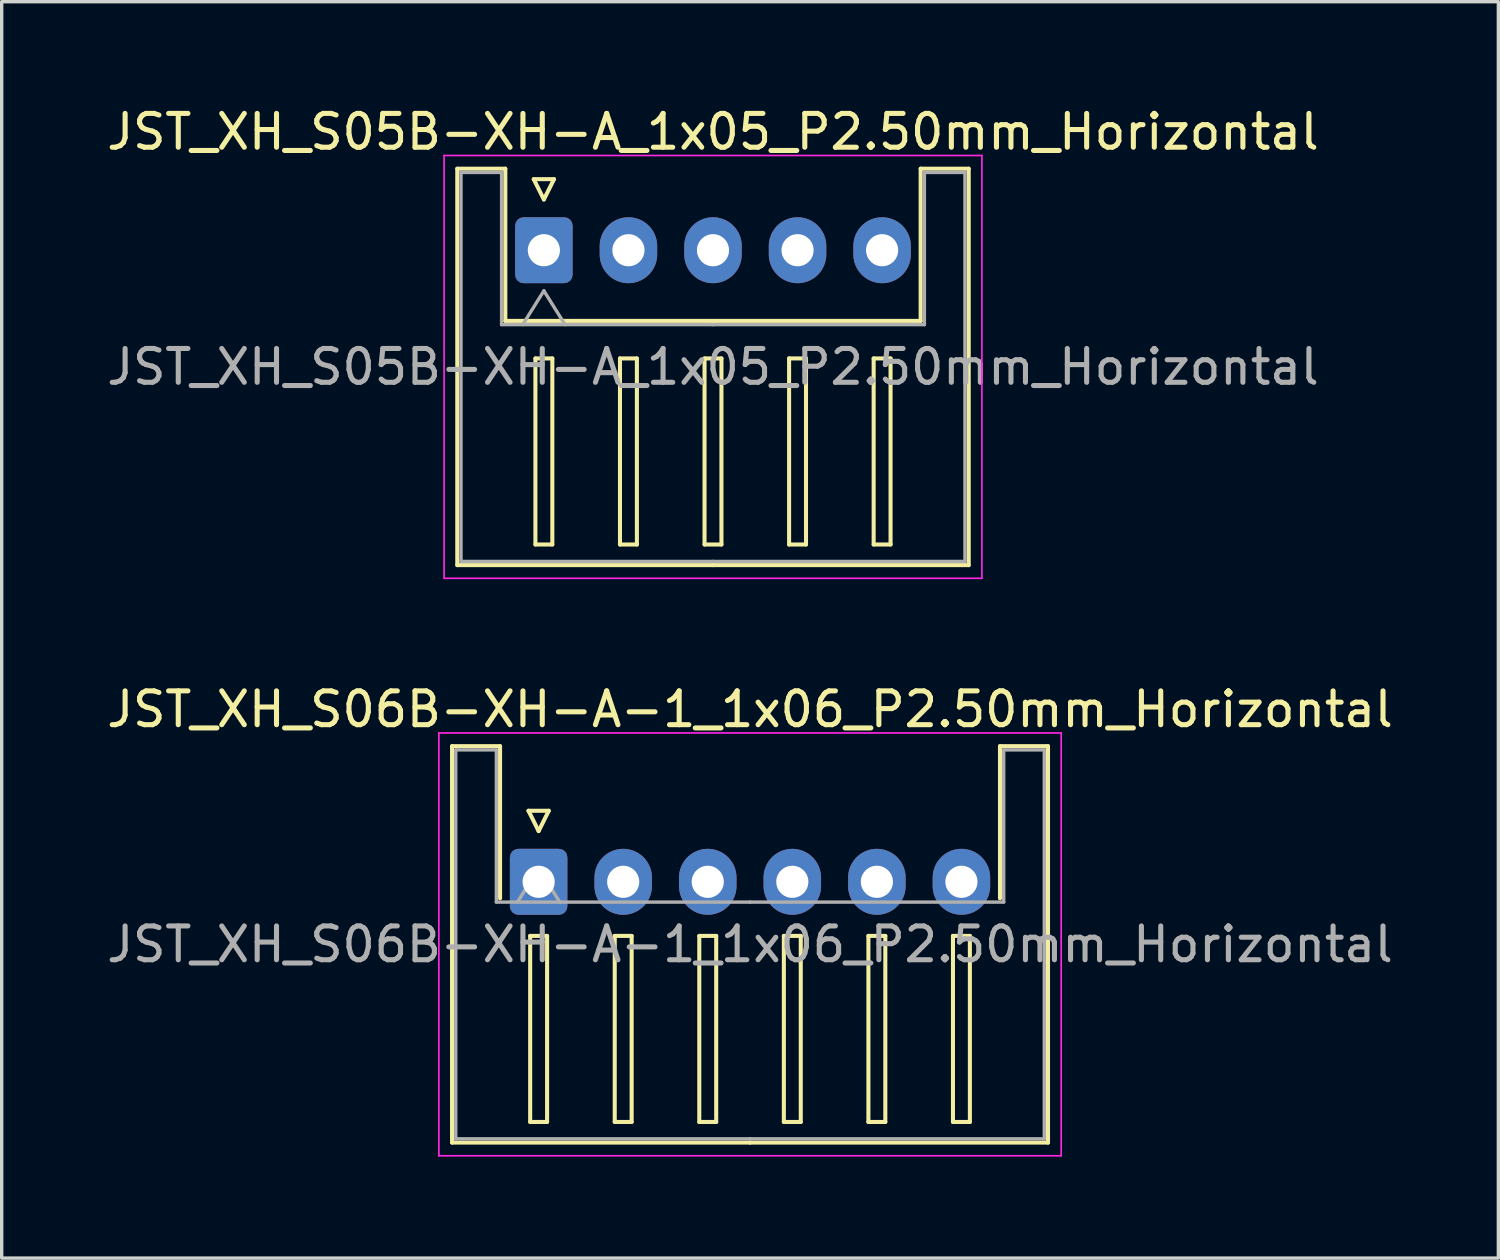
<source format=kicad_pcb>
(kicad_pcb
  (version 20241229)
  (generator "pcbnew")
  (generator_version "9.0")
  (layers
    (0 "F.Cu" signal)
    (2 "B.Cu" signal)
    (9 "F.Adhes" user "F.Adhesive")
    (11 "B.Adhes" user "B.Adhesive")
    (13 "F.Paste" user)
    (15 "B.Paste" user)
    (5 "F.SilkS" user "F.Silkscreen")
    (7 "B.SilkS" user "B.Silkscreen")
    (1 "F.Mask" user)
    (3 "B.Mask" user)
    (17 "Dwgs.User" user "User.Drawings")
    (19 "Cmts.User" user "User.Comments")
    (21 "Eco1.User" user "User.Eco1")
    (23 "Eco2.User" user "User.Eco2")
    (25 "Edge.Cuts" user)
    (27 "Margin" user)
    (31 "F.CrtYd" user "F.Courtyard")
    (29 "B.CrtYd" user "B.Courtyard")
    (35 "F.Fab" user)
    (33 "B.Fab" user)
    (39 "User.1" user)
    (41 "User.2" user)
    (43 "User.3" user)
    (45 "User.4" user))
  (footprint "JST_XH_S05B-XH-A_1x05_P2.50mm_Horizontal"
    (layer "F.Cu")
    (at 13.03 4.348)
    (property "Reference" "JST_XH_S05B-XH-A_1x05_P2.50mm_Horizontal" (at 5 -3.5 0) (layer "F.SilkS") (effects (font (size 1 1) (thickness 0.15))))
    (attr through_hole)
    (fp_line (start -2.56 -2.41) (end -1.14 -2.41) (stroke (width 0.12) (type solid)) (layer "F.SilkS"))
    (fp_line (start -2.56 9.31) (end -2.56 -2.41) (stroke (width 0.12) (type solid)) (layer "F.SilkS"))
    (fp_line (start -1.14 -2.41) (end -1.14 2.09) (stroke (width 0.12) (type solid)) (layer "F.SilkS"))
    (fp_line (start -1.14 2.09) (end 5 2.09) (stroke (width 0.12) (type solid)) (layer "F.SilkS"))
    (fp_line (start -0.3 -2.1) (end 0.3 -2.1) (stroke (width 0.12) (type solid)) (layer "F.SilkS"))
    (fp_line (start -0.25 3.2) (end -0.25 8.7) (stroke (width 0.12) (type solid)) (layer "F.SilkS"))
    (fp_line (start -0.25 8.7) (end 0.25 8.7) (stroke (width 0.12) (type solid)) (layer "F.SilkS"))
    (fp_line (start 0 -1.5) (end -0.3 -2.1) (stroke (width 0.12) (type solid)) (layer "F.SilkS"))
    (fp_line (start 0.25 3.2) (end -0.25 3.2) (stroke (width 0.12) (type solid)) (layer "F.SilkS"))
    (fp_line (start 0.25 8.7) (end 0.25 3.2) (stroke (width 0.12) (type solid)) (layer "F.SilkS"))
    (fp_line (start 0.3 -2.1) (end 0 -1.5) (stroke (width 0.12) (type solid)) (layer "F.SilkS"))
    (fp_line (start 2.25 3.2) (end 2.25 8.7) (stroke (width 0.12) (type solid)) (layer "F.SilkS"))
    (fp_line (start 2.25 8.7) (end 2.75 8.7) (stroke (width 0.12) (type solid)) (layer "F.SilkS"))
    (fp_line (start 2.75 3.2) (end 2.25 3.2) (stroke (width 0.12) (type solid)) (layer "F.SilkS"))
    (fp_line (start 2.75 8.7) (end 2.75 3.2) (stroke (width 0.12) (type solid)) (layer "F.SilkS"))
    (fp_line (start 4.75 3.2) (end 4.75 8.7) (stroke (width 0.12) (type solid)) (layer "F.SilkS"))
    (fp_line (start 4.75 8.7) (end 5.25 8.7) (stroke (width 0.12) (type solid)) (layer "F.SilkS"))
    (fp_line (start 5 9.31) (end -2.56 9.31) (stroke (width 0.12) (type solid)) (layer "F.SilkS"))
    (fp_line (start 5 9.31) (end 12.56 9.31) (stroke (width 0.12) (type solid)) (layer "F.SilkS"))
    (fp_line (start 5.25 3.2) (end 4.75 3.2) (stroke (width 0.12) (type solid)) (layer "F.SilkS"))
    (fp_line (start 5.25 8.7) (end 5.25 3.2) (stroke (width 0.12) (type solid)) (layer "F.SilkS"))
    (fp_line (start 7.25 3.2) (end 7.25 8.7) (stroke (width 0.12) (type solid)) (layer "F.SilkS"))
    (fp_line (start 7.25 8.7) (end 7.75 8.7) (stroke (width 0.12) (type solid)) (layer "F.SilkS"))
    (fp_line (start 7.75 3.2) (end 7.25 3.2) (stroke (width 0.12) (type solid)) (layer "F.SilkS"))
    (fp_line (start 7.75 8.7) (end 7.75 3.2) (stroke (width 0.12) (type solid)) (layer "F.SilkS"))
    (fp_line (start 9.75 3.2) (end 9.75 8.7) (stroke (width 0.12) (type solid)) (layer "F.SilkS"))
    (fp_line (start 9.75 8.7) (end 10.25 8.7) (stroke (width 0.12) (type solid)) (layer "F.SilkS"))
    (fp_line (start 10.25 3.2) (end 9.75 3.2) (stroke (width 0.12) (type solid)) (layer "F.SilkS"))
    (fp_line (start 10.25 8.7) (end 10.25 3.2) (stroke (width 0.12) (type solid)) (layer "F.SilkS"))
    (fp_line (start 11.14 -2.41) (end 11.14 2.09) (stroke (width 0.12) (type solid)) (layer "F.SilkS"))
    (fp_line (start 11.14 2.09) (end 5 2.09) (stroke (width 0.12) (type solid)) (layer "F.SilkS"))
    (fp_line (start 12.56 -2.41) (end 11.14 -2.41) (stroke (width 0.12) (type solid)) (layer "F.SilkS"))
    (fp_line (start 12.56 9.31) (end 12.56 -2.41) (stroke (width 0.12) (type solid)) (layer "F.SilkS"))
    (fp_line (start -2.95 -2.8) (end -2.95 9.7) (stroke (width 0.05) (type solid)) (layer "F.CrtYd"))
    (fp_line (start -2.95 9.7) (end 12.95 9.7) (stroke (width 0.05) (type solid)) (layer "F.CrtYd"))
    (fp_line (start 12.95 -2.8) (end -2.95 -2.8) (stroke (width 0.05) (type solid)) (layer "F.CrtYd"))
    (fp_line (start 12.95 9.7) (end 12.95 -2.8) (stroke (width 0.05) (type solid)) (layer "F.CrtYd"))
    (fp_line (start -2.45 -2.3) (end -1.25 -2.3) (stroke (width 0.1) (type solid)) (layer "F.Fab"))
    (fp_line (start -2.45 9.2) (end -2.45 -2.3) (stroke (width 0.1) (type solid)) (layer "F.Fab"))
    (fp_line (start -1.25 -2.3) (end -1.25 2.2) (stroke (width 0.1) (type solid)) (layer "F.Fab"))
    (fp_line (start -1.25 2.2) (end 5 2.2) (stroke (width 0.1) (type solid)) (layer "F.Fab"))
    (fp_line (start -0.625 2.2) (end 0 1.2) (stroke (width 0.1) (type solid)) (layer "F.Fab"))
    (fp_line (start 0 1.2) (end 0.625 2.2) (stroke (width 0.1) (type solid)) (layer "F.Fab"))
    (fp_line (start 5 9.2) (end -2.45 9.2) (stroke (width 0.1) (type solid)) (layer "F.Fab"))
    (fp_line (start 5 9.2) (end 12.45 9.2) (stroke (width 0.1) (type solid)) (layer "F.Fab"))
    (fp_line (start 11.25 -2.3) (end 11.25 2.2) (stroke (width 0.1) (type solid)) (layer "F.Fab"))
    (fp_line (start 11.25 2.2) (end 5 2.2) (stroke (width 0.1) (type solid)) (layer "F.Fab"))
    (fp_line (start 12.45 -2.3) (end 11.25 -2.3) (stroke (width 0.1) (type solid)) (layer "F.Fab"))
    (fp_line (start 12.45 9.2) (end 12.45 -2.3) (stroke (width 0.1) (type solid)) (layer "F.Fab"))
    (fp_text user "${REFERENCE}" (at 5 3.45 0) (layer "F.Fab") (effects (font (size 1 1) (thickness 0.15))))
    (pad "1" thru_hole roundrect (at 0 0) (size 1.7 1.95) (drill 0.95) (layers "*.Cu" "*.Mask") (roundrect_rratio 0.147))
    (pad "2" thru_hole oval (at 2.5 0) (size 1.7 1.95) (drill 0.95) (layers "*.Cu" "*.Mask"))
    (pad "3" thru_hole oval (at 5 0) (size 1.7 1.95) (drill 0.95) (layers "*.Cu" "*.Mask"))
    (pad "4" thru_hole oval (at 7.5 0) (size 1.7 1.95) (drill 0.95) (layers "*.Cu" "*.Mask"))
    (pad "5" thru_hole oval (at 10 0) (size 1.7 1.95) (drill 0.95) (layers "*.Cu" "*.Mask")))
  (footprint "JST_XH_S06B-XH-A-1_1x06_P2.50mm_Horizontal"
    (layer "F.Cu")
    (at 12.875 23.021)
    (property "Reference" "JST_XH_S06B-XH-A-1_1x06_P2.50mm_Horizontal" (at 6.25 -5.1 0) (layer "F.SilkS") (effects (font (size 1 1) (thickness 0.15))))
    (attr through_hole)
    (fp_line (start -2.56 -4.01) (end -1.14 -4.01) (stroke (width 0.12) (type solid)) (layer "F.SilkS"))
    (fp_line (start -2.56 7.71) (end -2.56 -4.01) (stroke (width 0.12) (type solid)) (layer "F.SilkS"))
    (fp_line (start -1.14 -4.01) (end -1.14 0.49) (stroke (width 0.12) (type solid)) (layer "F.SilkS"))
    (fp_line (start -0.3 -2.1) (end 0.3 -2.1) (stroke (width 0.12) (type solid)) (layer "F.SilkS"))
    (fp_line (start -0.25 1.6) (end -0.25 7.1) (stroke (width 0.12) (type solid)) (layer "F.SilkS"))
    (fp_line (start -0.25 7.1) (end 0.25 7.1) (stroke (width 0.12) (type solid)) (layer "F.SilkS"))
    (fp_line (start 0 -1.5) (end -0.3 -2.1) (stroke (width 0.12) (type solid)) (layer "F.SilkS"))
    (fp_line (start 0.25 1.6) (end -0.25 1.6) (stroke (width 0.12) (type solid)) (layer "F.SilkS"))
    (fp_line (start 0.25 7.1) (end 0.25 1.6) (stroke (width 0.12) (type solid)) (layer "F.SilkS"))
    (fp_line (start 0.3 -2.1) (end 0 -1.5) (stroke (width 0.12) (type solid)) (layer "F.SilkS"))
    (fp_line (start 2.25 1.6) (end 2.25 7.1) (stroke (width 0.12) (type solid)) (layer "F.SilkS"))
    (fp_line (start 2.25 7.1) (end 2.75 7.1) (stroke (width 0.12) (type solid)) (layer "F.SilkS"))
    (fp_line (start 2.75 1.6) (end 2.25 1.6) (stroke (width 0.12) (type solid)) (layer "F.SilkS"))
    (fp_line (start 2.75 7.1) (end 2.75 1.6) (stroke (width 0.12) (type solid)) (layer "F.SilkS"))
    (fp_line (start 4.75 1.6) (end 4.75 7.1) (stroke (width 0.12) (type solid)) (layer "F.SilkS"))
    (fp_line (start 4.75 7.1) (end 5.25 7.1) (stroke (width 0.12) (type solid)) (layer "F.SilkS"))
    (fp_line (start 5.25 1.6) (end 4.75 1.6) (stroke (width 0.12) (type solid)) (layer "F.SilkS"))
    (fp_line (start 5.25 7.1) (end 5.25 1.6) (stroke (width 0.12) (type solid)) (layer "F.SilkS"))
    (fp_line (start 6.25 7.71) (end -2.56 7.71) (stroke (width 0.12) (type solid)) (layer "F.SilkS"))
    (fp_line (start 6.25 7.71) (end 15.06 7.71) (stroke (width 0.12) (type solid)) (layer "F.SilkS"))
    (fp_line (start 7.25 1.6) (end 7.25 7.1) (stroke (width 0.12) (type solid)) (layer "F.SilkS"))
    (fp_line (start 7.25 7.1) (end 7.75 7.1) (stroke (width 0.12) (type solid)) (layer "F.SilkS"))
    (fp_line (start 7.75 1.6) (end 7.25 1.6) (stroke (width 0.12) (type solid)) (layer "F.SilkS"))
    (fp_line (start 7.75 7.1) (end 7.75 1.6) (stroke (width 0.12) (type solid)) (layer "F.SilkS"))
    (fp_line (start 9.75 1.6) (end 9.75 7.1) (stroke (width 0.12) (type solid)) (layer "F.SilkS"))
    (fp_line (start 9.75 7.1) (end 10.25 7.1) (stroke (width 0.12) (type solid)) (layer "F.SilkS"))
    (fp_line (start 10.25 1.6) (end 9.75 1.6) (stroke (width 0.12) (type solid)) (layer "F.SilkS"))
    (fp_line (start 10.25 7.1) (end 10.25 1.6) (stroke (width 0.12) (type solid)) (layer "F.SilkS"))
    (fp_line (start 12.25 1.6) (end 12.25 7.1) (stroke (width 0.12) (type solid)) (layer "F.SilkS"))
    (fp_line (start 12.25 7.1) (end 12.75 7.1) (stroke (width 0.12) (type solid)) (layer "F.SilkS"))
    (fp_line (start 12.75 1.6) (end 12.25 1.6) (stroke (width 0.12) (type solid)) (layer "F.SilkS"))
    (fp_line (start 12.75 7.1) (end 12.75 1.6) (stroke (width 0.12) (type solid)) (layer "F.SilkS"))
    (fp_line (start 13.64 -4.01) (end 13.64 0.49) (stroke (width 0.12) (type solid)) (layer "F.SilkS"))
    (fp_line (start 15.06 -4.01) (end 13.64 -4.01) (stroke (width 0.12) (type solid)) (layer "F.SilkS"))
    (fp_line (start 15.06 7.71) (end 15.06 -4.01) (stroke (width 0.12) (type solid)) (layer "F.SilkS"))
    (fp_line (start -2.95 -4.4) (end -2.95 8.1) (stroke (width 0.05) (type solid)) (layer "F.CrtYd"))
    (fp_line (start -2.95 8.1) (end 15.45 8.1) (stroke (width 0.05) (type solid)) (layer "F.CrtYd"))
    (fp_line (start 15.45 -4.4) (end -2.95 -4.4) (stroke (width 0.05) (type solid)) (layer "F.CrtYd"))
    (fp_line (start 15.45 8.1) (end 15.45 -4.4) (stroke (width 0.05) (type solid)) (layer "F.CrtYd"))
    (fp_line (start -2.45 -3.9) (end -1.25 -3.9) (stroke (width 0.1) (type solid)) (layer "F.Fab"))
    (fp_line (start -2.45 7.6) (end -2.45 -3.9) (stroke (width 0.1) (type solid)) (layer "F.Fab"))
    (fp_line (start -1.25 -3.9) (end -1.25 0.6) (stroke (width 0.1) (type solid)) (layer "F.Fab"))
    (fp_line (start -1.25 0.6) (end 6.25 0.6) (stroke (width 0.1) (type solid)) (layer "F.Fab"))
    (fp_line (start -0.625 0.6) (end 0 -0.4) (stroke (width 0.1) (type solid)) (layer "F.Fab"))
    (fp_line (start 0 -0.4) (end 0.625 0.6) (stroke (width 0.1) (type solid)) (layer "F.Fab"))
    (fp_line (start 6.25 7.6) (end -2.45 7.6) (stroke (width 0.1) (type solid)) (layer "F.Fab"))
    (fp_line (start 6.25 7.6) (end 14.95 7.6) (stroke (width 0.1) (type solid)) (layer "F.Fab"))
    (fp_line (start 13.75 -3.9) (end 13.75 0.6) (stroke (width 0.1) (type solid)) (layer "F.Fab"))
    (fp_line (start 13.75 0.6) (end 6.25 0.6) (stroke (width 0.1) (type solid)) (layer "F.Fab"))
    (fp_line (start 14.95 -3.9) (end 13.75 -3.9) (stroke (width 0.1) (type solid)) (layer "F.Fab"))
    (fp_line (start 14.95 7.6) (end 14.95 -3.9) (stroke (width 0.1) (type solid)) (layer "F.Fab"))
    (fp_text user "${REFERENCE}" (at 6.25 1.85 0) (layer "F.Fab") (effects (font (size 1 1) (thickness 0.15))))
    (pad "1" thru_hole roundrect (at 0 0) (size 1.7 1.95) (drill 0.95) (layers "*.Cu" "*.Mask") (roundrect_rratio 0.147))
    (pad "2" thru_hole oval (at 2.5 0) (size 1.7 1.95) (drill 0.95) (layers "*.Cu" "*.Mask"))
    (pad "3" thru_hole oval (at 5 0) (size 1.7 1.95) (drill 0.95) (layers "*.Cu" "*.Mask"))
    (pad "4" thru_hole oval (at 7.5 0) (size 1.7 1.95) (drill 0.95) (layers "*.Cu" "*.Mask"))
    (pad "5" thru_hole oval (at 10 0) (size 1.7 1.95) (drill 0.95) (layers "*.Cu" "*.Mask"))
    (pad "6" thru_hole oval (at 12.5 0) (size 1.7 1.95) (drill 0.95) (layers "*.Cu" "*.Mask")))
  (gr_rect
    (start -3 -3)
    (end 41.25 34.147)
    (stroke (width 0.1) (type default))
    (fill no)
    (layer "Edge.Cuts")))
</source>
